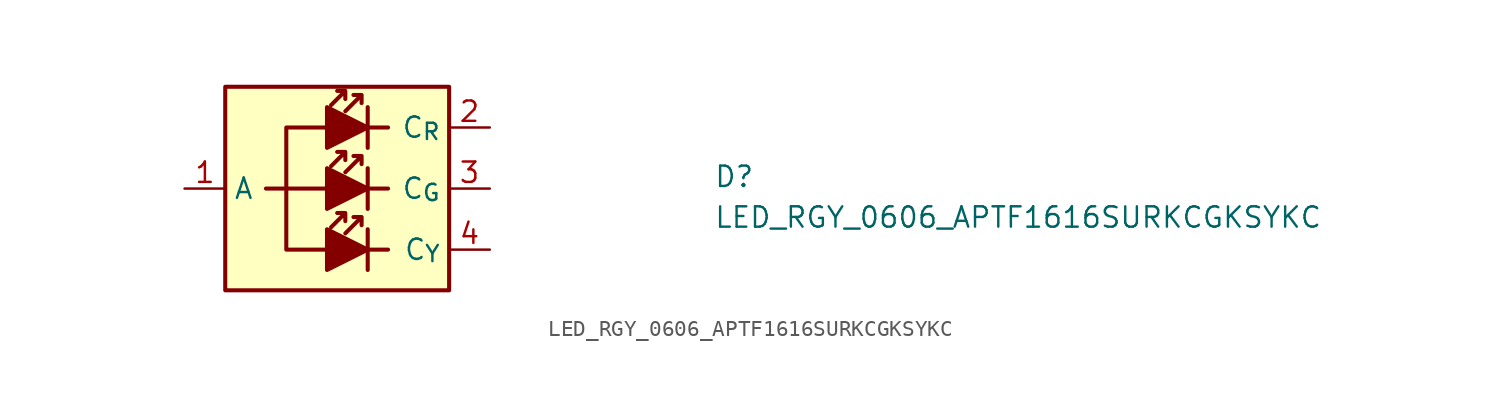
<source format=kicad_sym>
(kicad_symbol_lib
  (version 20220914)
  (generator kicad_symbol_editor)
  (symbol "LED_RGY_0606_APTF1616SURKCGKSYKC"
    (property "Reference" "D"
      (at 33.02 -3.81 0)
      (effects (font (size 1.27 1.27) (thickness 0.15)) (justify left bottom)))
    (property "Value" "LED_RGY_0606_APTF1616SURKCGKSYKC"
      (at 33.02 -6.35 0)
      (effects (font (size 1.27 1.27) (thickness 0.15)) (justify left bottom)))
    (symbol "LED_RGY_0606_APTF1616SURKCGKSYKC_1_1"
      (polyline (pts (xy 6.35 -3.81) (xy 5.08 -3.81)) (stroke (width 0.254) (type default)) (fill (type none)))
      (polyline (pts (xy 11.43 -6.35) (xy 11.43 -8.89)) (stroke (width 0.254) (type default)) (fill (type none)))
      (polyline (pts (xy 11.43 -2.54) (xy 11.43 -5.08)) (stroke (width 0.254) (type default)) (fill (type none)))
      (polyline (pts (xy 11.43 1.27) (xy 11.43 -1.27)) (stroke (width 0.254) (type default)) (fill (type none)))
      (polyline (pts (xy 12.7 -7.62) (xy 11.43 -7.62)) (stroke (width 0.254) (type default)) (fill (type none)))
      (polyline (pts (xy 12.7 -3.81) (xy 11.43 -3.81)) (stroke (width 0.254) (type default)) (fill (type none)))
      (polyline (pts (xy 12.7 0) (xy 11.43 0)) (stroke (width 0.254) (type default)) (fill (type none)))
      (polyline (pts (xy 6.35 -3.81) (xy 6.35 -7.62) (xy 8.89 -7.62)) (stroke (width 0.254) (type default)) (fill (type none)))
      (polyline (pts (xy 8.89 -6.35) (xy 8.89 -8.89) (xy 11.43 -7.62) (xy 8.89 -6.35)) (stroke (width 0.254) (type default)) (fill (type outline)))
      (polyline (pts (xy 8.89 -3.81) (xy 6.35 -3.81) (xy 6.35 0) (xy 8.89 0)) (stroke (width 0.254) (type default)) (fill (type none)))
      (polyline (pts (xy 8.89 -2.54) (xy 8.89 -5.08) (xy 11.43 -3.81) (xy 8.89 -2.54)) (stroke (width 0.254) (type default)) (fill (type outline)))
      (polyline (pts (xy 8.89 1.27) (xy 8.89 -1.27) (xy 11.43 0) (xy 8.89 1.27)) (stroke (width 0.254) (type default)) (fill (type outline)))
      (polyline (pts (xy 10.033 -5.334) (xy 10.033 -5.842) (xy 10.033 -5.334) (xy 9.525 -5.334) (xy 10.033 -5.334) (xy 9.144 -6.223)) (stroke (width 0.254) (type default)) (fill (type none)))
      (polyline (pts (xy 10.033 -1.524) (xy 10.033 -2.032) (xy 10.033 -1.524) (xy 9.525 -1.524) (xy 10.033 -1.524) (xy 9.144 -2.413)) (stroke (width 0.254) (type default)) (fill (type none)))
      (polyline (pts (xy 10.033 2.286) (xy 10.033 1.778) (xy 10.033 2.286) (xy 9.525 2.286) (xy 10.033 2.286) (xy 9.144 1.397)) (stroke (width 0.254) (type default)) (fill (type none)))
      (polyline (pts (xy 11.049 -5.588) (xy 11.049 -6.096) (xy 11.049 -5.588) (xy 10.541 -5.588) (xy 11.049 -5.588) (xy 10.033 -6.604)) (stroke (width 0.254) (type default)) (fill (type none)))
      (polyline (pts (xy 11.049 -1.778) (xy 11.049 -2.286) (xy 11.049 -1.778) (xy 10.541 -1.778) (xy 11.049 -1.778) (xy 10.033 -2.794)) (stroke (width 0.254) (type default)) (fill (type none)))
      (polyline (pts (xy 11.049 2.032) (xy 11.049 1.524) (xy 11.049 2.032) (xy 10.541 2.032) (xy 11.049 2.032) (xy 10.033 1.016)) (stroke (width 0.254) (type default)) (fill (type none)))
      (rectangle (start 16.51 2.54) (end 2.54 -10.16) (stroke (width 0.254) (type default)) (fill (type background)))
      (pin passive line (at 0 -3.81 0) (length 2.54) (name "A" (effects (font (size 1.27 1.27)))) (number "1" (effects (font (size 1.27 1.27)))))
      (pin passive line (at 19.05 0 180) (length 2.54) (name "C_{R}" (effects (font (size 1.27 1.27)))) (number "2" (effects (font (size 1.27 1.27)))))
      (pin passive line (at 19.05 -3.81 180) (length 2.54) (name "C_{G}" (effects (font (size 1.27 1.27)))) (number "3" (effects (font (size 1.27 1.27)))))
      (pin passive line (at 19.05 -7.62 180) (length 2.54) (name "C_{Y}" (effects (font (size 1.27 1.27)))) (number "4" (effects (font (size 1.27 1.27))))))))
</source>
